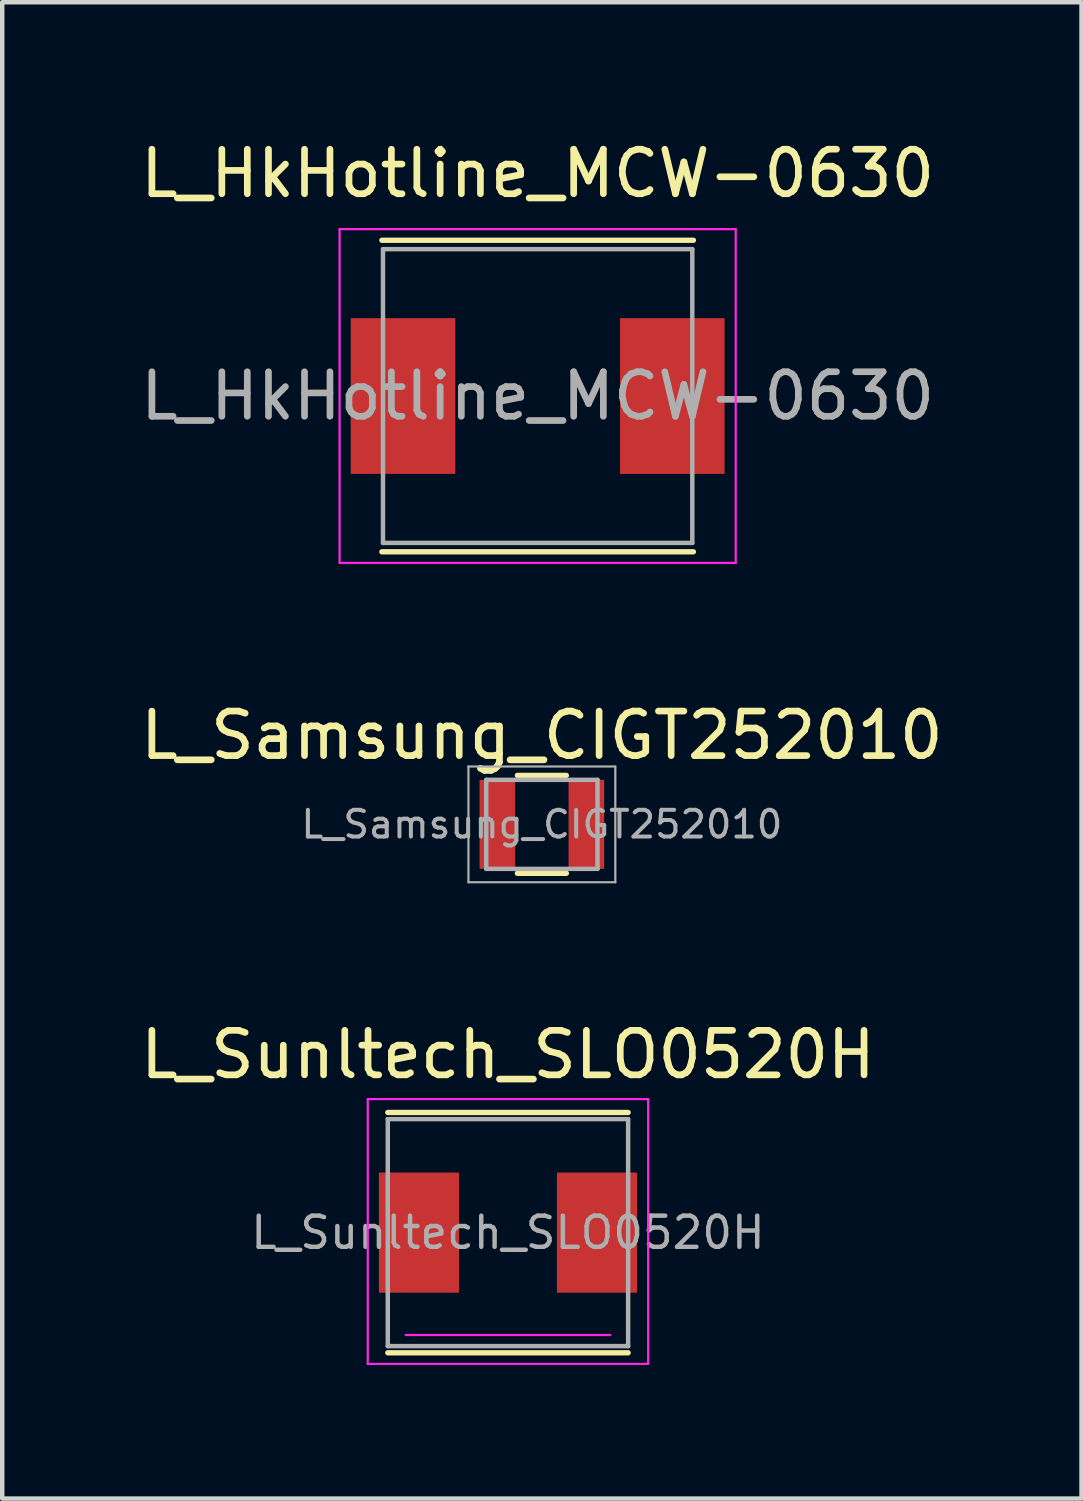
<source format=kicad_pcb>
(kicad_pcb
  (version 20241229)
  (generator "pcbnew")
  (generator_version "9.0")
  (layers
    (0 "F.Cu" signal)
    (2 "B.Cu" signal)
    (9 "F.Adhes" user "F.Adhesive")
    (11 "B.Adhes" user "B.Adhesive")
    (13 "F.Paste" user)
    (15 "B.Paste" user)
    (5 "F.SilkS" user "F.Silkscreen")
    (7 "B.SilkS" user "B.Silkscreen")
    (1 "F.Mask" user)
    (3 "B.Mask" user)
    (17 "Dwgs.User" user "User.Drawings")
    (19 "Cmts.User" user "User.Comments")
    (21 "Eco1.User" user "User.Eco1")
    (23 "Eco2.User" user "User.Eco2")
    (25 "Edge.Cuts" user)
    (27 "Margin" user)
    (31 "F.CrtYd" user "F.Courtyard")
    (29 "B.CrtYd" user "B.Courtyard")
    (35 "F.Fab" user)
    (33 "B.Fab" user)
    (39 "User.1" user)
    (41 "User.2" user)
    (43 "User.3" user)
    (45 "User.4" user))
  (footprint "L_Sunltech_SLO0520H"
    (layer "F.Cu")
    (at 8.363 24.645)
    (property "Reference" "L_Sunltech_SLO0520H" (at 0 -4 0) (layer "F.SilkS") (effects (font (size 1 1) (thickness 0.15))))
    (attr smd)
    (fp_line (start -2.7 -2.7) (end 2.7 -2.7) (stroke (width 0.12) (type solid)) (layer "F.SilkS"))
    (fp_line (start 2.7 2.7) (end -2.7 2.7) (stroke (width 0.12) (type solid)) (layer "F.SilkS"))
    (fp_line (start -3.15 -3) (end -3.15 2.95) (stroke (width 0.05) (type solid)) (layer "F.CrtYd"))
    (fp_line (start -3.15 -3) (end 3.15 -3) (stroke (width 0.05) (type solid)) (layer "F.CrtYd"))
    (fp_line (start -3.15 2.95) (end 3.15 2.95) (stroke (width 0.05) (type solid)) (layer "F.CrtYd"))
    (fp_line (start -2.3 2.3) (end 2.3 2.3) (stroke (width 0.05) (type solid)) (layer "F.CrtYd"))
    (fp_line (start 3.15 -3) (end 3.15 2.95) (stroke (width 0.05) (type solid)) (layer "F.CrtYd"))
    (fp_line (start -2.7 -2.55) (end 2.7 -2.55) (stroke (width 0.1) (type solid)) (layer "F.Fab"))
    (fp_line (start -2.7 2.55) (end -2.7 -2.55) (stroke (width 0.1) (type solid)) (layer "F.Fab"))
    (fp_line (start 2.7 -2.55) (end 2.7 2.55) (stroke (width 0.1) (type solid)) (layer "F.Fab"))
    (fp_line (start 2.7 2.55) (end -2.7 2.55) (stroke (width 0.1) (type solid)) (layer "F.Fab"))
    (fp_text user "${REFERENCE}" (at 0 0 0) (layer "F.Fab") (effects (font (size 0.7 0.7) (thickness 0.1))))
    (pad "1" smd rect (at -2 0) (size 1.8 2.7) (layers "F.Cu" "F.Mask" "F.Paste"))
    (pad "2" smd rect (at 2 0) (size 1.8 2.7) (layers "F.Cu" "F.Mask" "F.Paste")))
  (footprint "L_HkHotline_MCW-0630"
    (layer "F.Cu")
    (at 9.03 5.848)
    (property "Reference" "L_HkHotline_MCW-0630" (at 0 -5 0) (layer "F.SilkS") (effects (font (size 1 1) (thickness 0.15))))
    (attr smd)
    (fp_line (start -3.5 -3.5) (end 3.5 -3.5) (stroke (width 0.12) (type solid)) (layer "F.SilkS"))
    (fp_line (start -3.5 3.5) (end 3.5 3.5) (stroke (width 0.12) (type solid)) (layer "F.SilkS"))
    (fp_line (start -4.45 -3.75) (end -4.45 3.75) (stroke (width 0.05) (type solid)) (layer "F.CrtYd"))
    (fp_line (start -4.45 3.75) (end 4.45 3.75) (stroke (width 0.05) (type solid)) (layer "F.CrtYd"))
    (fp_line (start 4.45 -3.75) (end -4.45 -3.75) (stroke (width 0.05) (type solid)) (layer "F.CrtYd"))
    (fp_line (start 4.45 3.75) (end 4.45 -3.75) (stroke (width 0.05) (type solid)) (layer "F.CrtYd"))
    (fp_line (start -3.475 3.3) (end -3.475 -3.3) (stroke (width 0.1) (type solid)) (layer "F.Fab"))
    (fp_line (start 3.475 -3.3) (end -3.475 -3.3) (stroke (width 0.1) (type solid)) (layer "F.Fab"))
    (fp_line (start 3.475 3.3) (end -3.475 3.3) (stroke (width 0.1) (type solid)) (layer "F.Fab"))
    (fp_line (start 3.475 3.3) (end 3.475 -3.3) (stroke (width 0.1) (type solid)) (layer "F.Fab"))
    (fp_text user "${REFERENCE}" (at 0 0 0) (layer "F.Fab") (effects (font (size 1 1) (thickness 0.15))))
    (pad "1" smd rect (at -3.025 0) (size 2.35 3.5) (layers "F.Cu" "F.Mask" "F.Paste"))
    (pad "2" smd rect (at 3.025 0) (size 2.35 3.5) (layers "F.Cu" "F.Mask" "F.Paste")))
  (footprint "L_Samsung_CIGT252010"
    (layer "F.Cu")
    (at 9.125 15.472)
    (property "Reference" "L_Samsung_CIGT252010" (at 0 -2 0) (layer "F.SilkS") (effects (font (size 1 1) (thickness 0.15))))
    (attr smd)
    (fp_line (start -0.55 -1.1) (end 0.55 -1.1) (stroke (width 0.12) (type solid)) (layer "F.SilkS"))
    (fp_line (start -0.55 1.1) (end 0.55 1.1) (stroke (width 0.12) (type solid)) (layer "F.SilkS"))
    (fp_line (start -1.65 -1.3) (end -1.65 1.3) (stroke (width 0.05) (type solid)) (layer "F.Fab"))
    (fp_line (start -1.25 -1) (end 1.25 -1) (stroke (width 0.1) (type solid)) (layer "F.Fab"))
    (fp_line (start -1.25 1) (end -1.25 -1) (stroke (width 0.1) (type solid)) (layer "F.Fab"))
    (fp_line (start -1.25 1) (end 1.25 1) (stroke (width 0.1) (type solid)) (layer "F.Fab"))
    (fp_line (start 1.25 -1) (end 1.25 1) (stroke (width 0.1) (type solid)) (layer "F.Fab"))
    (fp_line (start 1.65 -1.3) (end -1.65 -1.3) (stroke (width 0.05) (type solid)) (layer "F.Fab"))
    (fp_line (start 1.65 -1.3) (end 1.65 1.3) (stroke (width 0.05) (type solid)) (layer "F.Fab"))
    (fp_line (start 1.65 1.3) (end -1.65 1.3) (stroke (width 0.05) (type solid)) (layer "F.Fab"))
    (fp_text user "${REFERENCE}" (at 0 0 0) (layer "F.Fab") (effects (font (size 0.6 0.6) (thickness 0.09))))
    (pad "1" smd rect (at -1 0) (size 0.8 2) (layers "F.Cu" "F.Mask" "F.Paste"))
    (pad "2" smd rect (at 1 0) (size 0.8 2) (layers "F.Cu" "F.Mask" "F.Paste")))
  (gr_rect
    (start -3 -3)
    (end 21.25 30.62)
    (stroke (width 0.1) (type default))
    (fill no)
    (layer "Edge.Cuts")))
</source>
